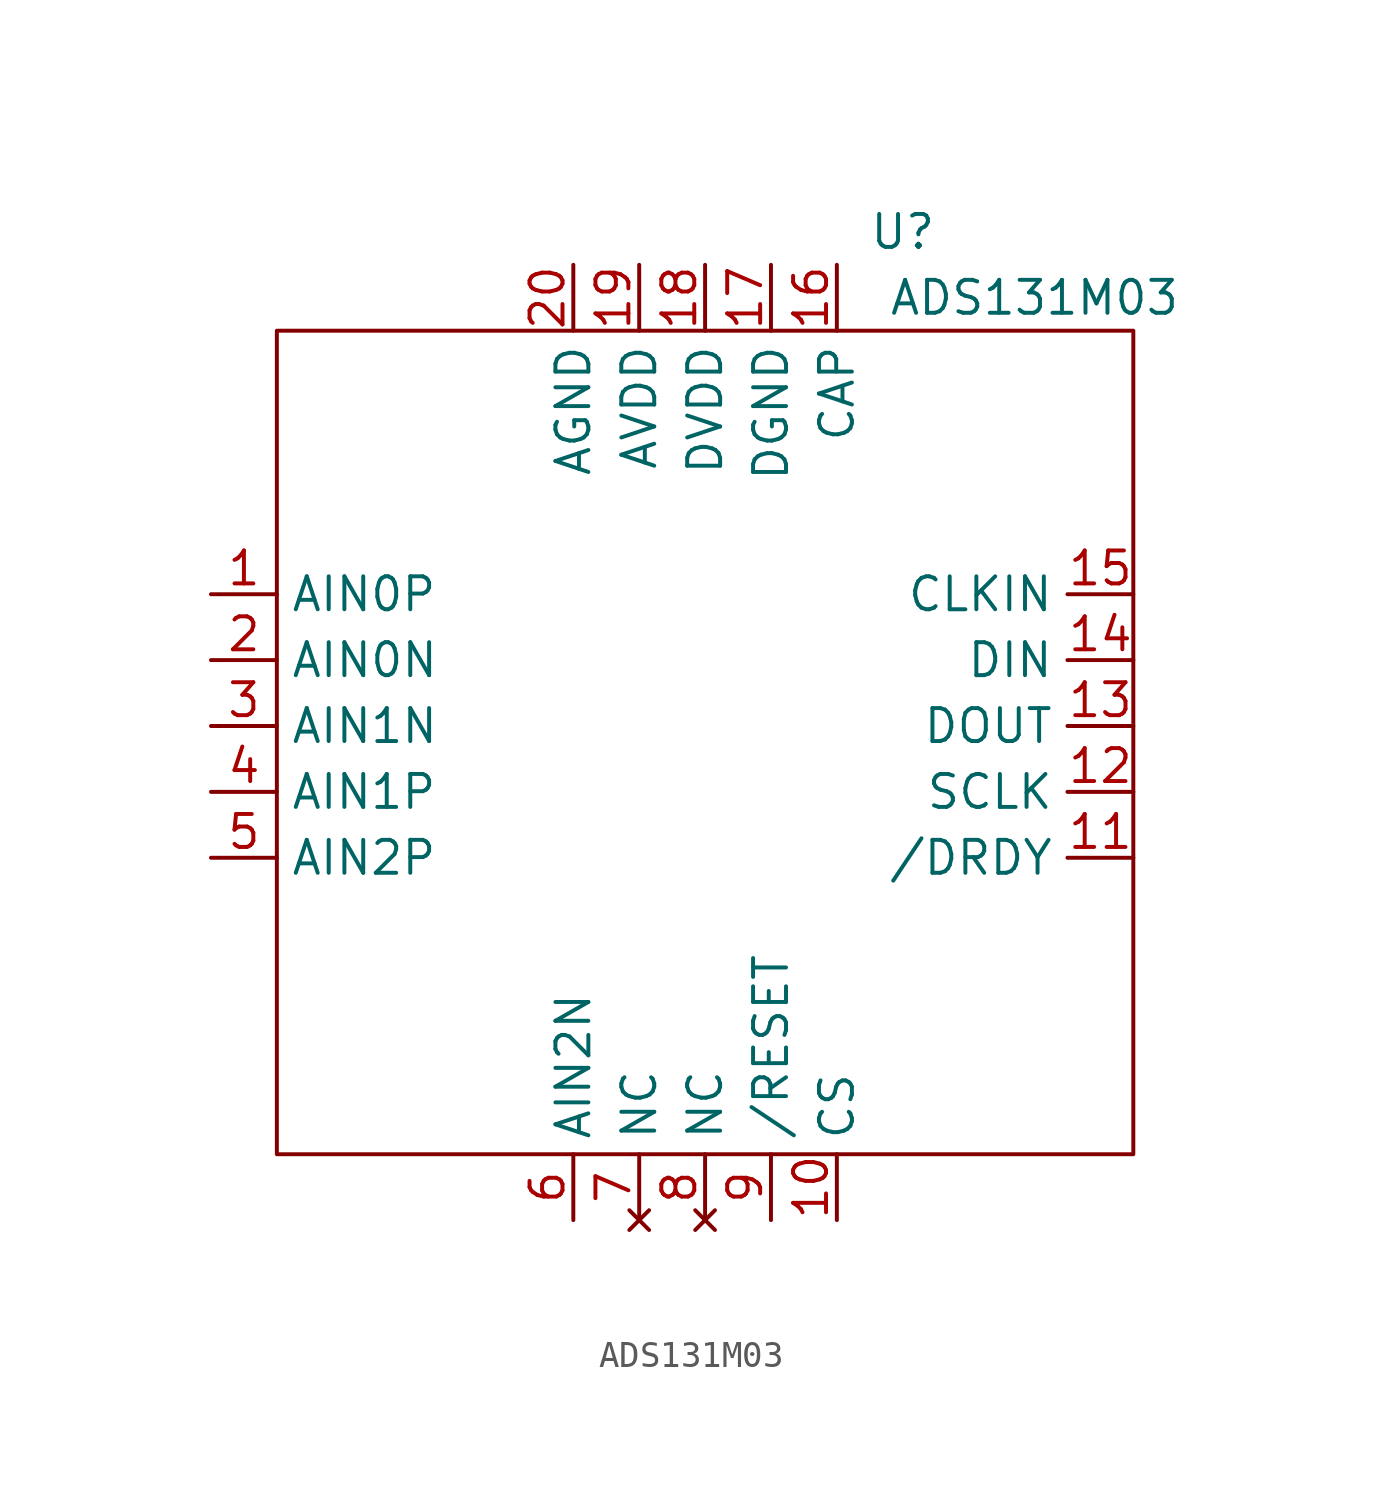
<source format=kicad_sym>
(kicad_symbol_lib
  (version 20211014)
  (generator kicad_symbol_editor)
  (symbol "ADS131M03"
    (property "Reference" "U"
      (at 7.62 19.05 0)
      (effects (font (size 1.27 1.27))))
    (property "Value" "ADS131M03"
      (at 12.7 16.51 0)
      (effects (font (size 1.27 1.27))))
    (symbol "ADS131M03_0_1"
      (rectangle (start -16.51 15.24) (end 16.51 -16.51) (stroke (width 0) (type default) (color 0 0 0 0)) (fill (type none))))
    (symbol "ADS131M03_1_1"
      (pin input line (at -19.05 5.08 0) (length 2.54) (name "AIN0P" (effects (font (size 1.27 1.27)))) (number "1" (effects (font (size 1.27 1.27)))))
      (pin input line (at 5.08 -19.05 90) (length 2.54) (name "CS" (effects (font (size 1.27 1.27)))) (number "10" (effects (font (size 1.27 1.27)))))
      (pin output line (at 16.51 -5.08 180) (length 2.54) (name "/DRDY" (effects (font (size 1.27 1.27)))) (number "11" (effects (font (size 1.27 1.27)))))
      (pin input line (at 16.51 -2.54 180) (length 2.54) (name "SCLK" (effects (font (size 1.27 1.27)))) (number "12" (effects (font (size 1.27 1.27)))))
      (pin output line (at 16.51 0 180) (length 2.54) (name "DOUT" (effects (font (size 1.27 1.27)))) (number "13" (effects (font (size 1.27 1.27)))))
      (pin input line (at 16.51 2.54 180) (length 2.54) (name "DIN" (effects (font (size 1.27 1.27)))) (number "14" (effects (font (size 1.27 1.27)))))
      (pin input line (at 16.51 5.08 180) (length 2.54) (name "CLKIN" (effects (font (size 1.27 1.27)))) (number "15" (effects (font (size 1.27 1.27)))))
      (pin passive line (at 5.08 17.78 270) (length 2.54) (name "CAP" (effects (font (size 1.27 1.27)))) (number "16" (effects (font (size 1.27 1.27)))))
      (pin power_in line (at 2.54 17.78 270) (length 2.54) (name "DGND" (effects (font (size 1.27 1.27)))) (number "17" (effects (font (size 1.27 1.27)))))
      (pin power_in line (at 0 17.78 270) (length 2.54) (name "DVDD" (effects (font (size 1.27 1.27)))) (number "18" (effects (font (size 1.27 1.27)))))
      (pin power_in line (at -2.54 17.78 270) (length 2.54) (name "AVDD" (effects (font (size 1.27 1.27)))) (number "19" (effects (font (size 1.27 1.27)))))
      (pin input line (at -19.05 2.54 0) (length 2.54) (name "AIN0N" (effects (font (size 1.27 1.27)))) (number "2" (effects (font (size 1.27 1.27)))))
      (pin power_in line (at -5.08 17.78 270) (length 2.54) (name "AGND" (effects (font (size 1.27 1.27)))) (number "20" (effects (font (size 1.27 1.27)))))
      (pin input line (at -19.05 0 0) (length 2.54) (name "AIN1N" (effects (font (size 1.27 1.27)))) (number "3" (effects (font (size 1.27 1.27)))))
      (pin input line (at -19.05 -2.54 0) (length 2.54) (name "AIN1P" (effects (font (size 1.27 1.27)))) (number "4" (effects (font (size 1.27 1.27)))))
      (pin input line (at -19.05 -5.08 0) (length 2.54) (name "AIN2P" (effects (font (size 1.27 1.27)))) (number "5" (effects (font (size 1.27 1.27)))))
      (pin input line (at -5.08 -19.05 90) (length 2.54) (name "AIN2N" (effects (font (size 1.27 1.27)))) (number "6" (effects (font (size 1.27 1.27)))))
      (pin no_connect line (at -2.54 -19.05 90) (length 2.54) (name "NC" (effects (font (size 1.27 1.27)))) (number "7" (effects (font (size 1.27 1.27)))))
      (pin no_connect line (at 0 -19.05 90) (length 2.54) (name "NC" (effects (font (size 1.27 1.27)))) (number "8" (effects (font (size 1.27 1.27)))))
      (pin input line (at 2.54 -19.05 90) (length 2.54) (name "/RESET" (effects (font (size 1.27 1.27)))) (number "9" (effects (font (size 1.27 1.27))))))))
</source>
